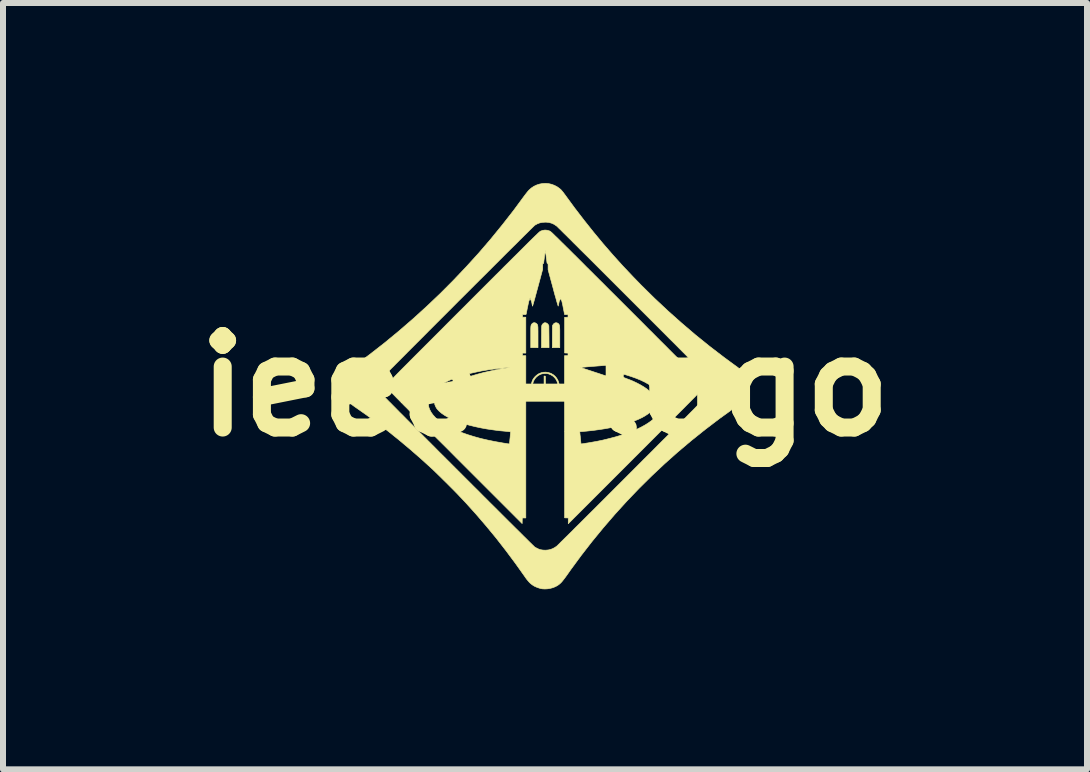
<source format=kicad_pcb>
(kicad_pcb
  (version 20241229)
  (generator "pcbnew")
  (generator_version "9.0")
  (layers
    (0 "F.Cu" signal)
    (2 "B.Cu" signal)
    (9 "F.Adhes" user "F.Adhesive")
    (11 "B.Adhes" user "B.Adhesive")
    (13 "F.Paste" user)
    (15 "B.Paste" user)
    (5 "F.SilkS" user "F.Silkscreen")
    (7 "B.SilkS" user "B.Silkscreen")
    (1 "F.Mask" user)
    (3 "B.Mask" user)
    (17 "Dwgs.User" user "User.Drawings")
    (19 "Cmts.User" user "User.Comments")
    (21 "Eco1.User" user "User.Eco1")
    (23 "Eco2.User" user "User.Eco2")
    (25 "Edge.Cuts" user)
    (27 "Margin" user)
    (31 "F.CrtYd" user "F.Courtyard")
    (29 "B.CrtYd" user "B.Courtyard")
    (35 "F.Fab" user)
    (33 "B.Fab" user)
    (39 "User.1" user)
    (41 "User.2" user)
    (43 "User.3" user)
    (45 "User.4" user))
  (footprint "ieee-logo"
    (layer "F.Cu")
    (at 6.031 3.384)
    (property "Reference" "ieee-logo" (at 0 0 0) (layer "F.SilkS") (effects (font (size 1.524 1.524) (thickness 0.3))))
    (attr through_hole)
    (fp_poly (pts (xy -0.005 -0.167) (xy 0.006 -0.166) (xy 0.007 -0.085) (xy 0.008 -0.004) (xy 0.039 -0.016) (xy 0.054 -0.021) (xy 0.066 -0.025) (xy 0.073 -0.027) (xy 0.074 -0.027) (xy 0.077 -0.024) (xy 0.08 -0.017) (xy 0.081 -0.011) (xy 0.081 -0.009) (xy 0.077 -0.007) (xy 0.067 -0.004) (xy 0.053 0.002) (xy 0.035 0.008) (xy 0.032 0.009) (xy -0.016 0.026) (xy -0.016 -0.169) (xy -0.005 -0.167)) (stroke (width 0.01) (type solid)) (fill yes) (layer "F.SilkS"))
    (fp_poly (pts (xy 0.012 -1.056) (xy 0.03 -1.049) (xy 0.045 -1.037) (xy 0.055 -1.024) (xy 0.064 -1.006) (xy 0.066 -0.824) (xy 0.067 -0.641) (xy -0.059 -0.641) (xy -0.059 -0.818) (xy -0.058 -0.868) (xy -0.058 -0.911) (xy -0.058 -0.946) (xy -0.057 -0.974) (xy -0.056 -0.994) (xy -0.055 -1.007) (xy -0.054 -1.01) (xy -0.047 -1.026) (xy -0.034 -1.041) (xy -0.019 -1.052) (xy -0.006 -1.057) (xy 0.012 -1.056)) (stroke (width 0.01) (type solid)) (fill yes) (layer "F.SilkS"))
    (fp_poly (pts (xy 0.199 -1.055) (xy 0.217 -1.046) (xy 0.221 -1.043) (xy 0.227 -1.038) (xy 0.231 -1.032) (xy 0.235 -1.026) (xy 0.238 -1.019) (xy 0.241 -1.009) (xy 0.243 -0.997) (xy 0.244 -0.981) (xy 0.245 -0.961) (xy 0.246 -0.935) (xy 0.246 -0.905) (xy 0.246 -0.867) (xy 0.246 -0.823) (xy 0.246 -0.641) (xy 0.121 -0.641) (xy 0.122 -0.824) (xy 0.123 -1.006) (xy 0.133 -1.024) (xy 0.146 -1.041) (xy 0.163 -1.052) (xy 0.181 -1.057) (xy 0.199 -1.055)) (stroke (width 0.01) (type solid)) (fill yes) (layer "F.SilkS"))
    (fp_poly (pts (xy -0.163 -1.055) (xy -0.145 -1.045) (xy -0.142 -1.042) (xy -0.136 -1.037) (xy -0.132 -1.033) (xy -0.128 -1.027) (xy -0.125 -1.021) (xy -0.122 -1.013) (xy -0.121 -1.003) (xy -0.119 -0.989) (xy -0.118 -0.971) (xy -0.118 -0.948) (xy -0.117 -0.92) (xy -0.117 -0.886) (xy -0.117 -0.846) (xy -0.117 -0.641) (xy -0.238 -0.641) (xy -0.238 -0.821) (xy -0.238 -0.865) (xy -0.238 -0.902) (xy -0.238 -0.933) (xy -0.238 -0.958) (xy -0.237 -0.978) (xy -0.236 -0.994) (xy -0.234 -1.006) (xy -0.232 -1.015) (xy -0.229 -1.023) (xy -0.226 -1.029) (xy -0.222 -1.034) (xy -0.217 -1.039) (xy -0.216 -1.04) (xy -0.2 -1.053) (xy -0.182 -1.058) (xy -0.163 -1.055)) (stroke (width 0.01) (type solid)) (fill yes) (layer "F.SilkS"))
    (fp_poly (pts (xy 0.059 -0.226) (xy 0.099 -0.213) (xy 0.136 -0.192) (xy 0.167 -0.166) (xy 0.194 -0.134) (xy 0.215 -0.097) (xy 0.225 -0.071) (xy 0.234 -0.036) (xy 0.237 0.003) (xy 0.233 0.041) (xy 0.225 0.071) (xy 0.208 0.112) (xy 0.184 0.147) (xy 0.156 0.177) (xy 0.123 0.201) (xy 0.085 0.218) (xy 0.044 0.229) (xy 0.012 0.233) (xy -0.017 0.233) (xy -0.044 0.229) (xy -0.047 0.229) (xy -0.086 0.216) (xy -0.122 0.196) (xy -0.155 0.17) (xy -0.16 0.164) (xy -0.185 0.137) (xy -0.203 0.108) (xy -0.217 0.077) (xy -0.223 0.056) (xy -0.229 0.015) (xy -0.229 -0.005) (xy -0.208 -0.005) (xy -0.206 0.033) (xy -0.197 0.07) (xy -0.181 0.104) (xy -0.176 0.112) (xy -0.151 0.144) (xy -0.122 0.171) (xy -0.089 0.191) (xy -0.054 0.205) (xy -0.047 0.207) (xy -0.03 0.209) (xy -0.008 0.211) (xy 0.015 0.21) (xy 0.037 0.209) (xy 0.055 0.206) (xy 0.059 0.205) (xy 0.094 0.191) (xy 0.127 0.17) (xy 0.157 0.145) (xy 0.18 0.116) (xy 0.19 0.099) (xy 0.206 0.062) (xy 0.214 0.025) (xy 0.215 -0.013) (xy 0.209 -0.05) (xy 0.197 -0.084) (xy 0.179 -0.117) (xy 0.156 -0.146) (xy 0.127 -0.171) (xy 0.093 -0.191) (xy 0.057 -0.205) (xy 0.033 -0.21) (xy 0.005 -0.211) (xy -0.024 -0.209) (xy -0.051 -0.205) (xy -0.073 -0.198) (xy -0.109 -0.18) (xy -0.141 -0.155) (xy -0.168 -0.124) (xy -0.176 -0.112) (xy -0.194 -0.078) (xy -0.204 -0.042) (xy -0.208 -0.005) (xy -0.229 -0.005) (xy -0.228 -0.026) (xy -0.22 -0.067) (xy -0.205 -0.107) (xy -0.202 -0.111) (xy -0.187 -0.134) (xy -0.166 -0.159) (xy -0.142 -0.181) (xy -0.117 -0.199) (xy -0.102 -0.208) (xy -0.063 -0.224) (xy -0.023 -0.232) (xy 0.016 -0.233) (xy 0.059 -0.226)) (stroke (width 0.01) (type solid)) (fill yes) (layer "F.SilkS"))
    (fp_poly (pts (xy 0.058 -3.375) (xy 0.107 -3.364) (xy 0.156 -3.346) (xy 0.202 -3.322) (xy 0.245 -3.291) (xy 0.263 -3.275) (xy 0.273 -3.265) (xy 0.286 -3.249) (xy 0.302 -3.23) (xy 0.319 -3.207) (xy 0.337 -3.183) (xy 0.342 -3.176) (xy 0.495 -2.967) (xy 0.65 -2.765) (xy 0.807 -2.568) (xy 0.966 -2.376) (xy 1.129 -2.188) (xy 1.296 -2.003) (xy 1.469 -1.82) (xy 1.606 -1.679) (xy 1.824 -1.464) (xy 2.047 -1.255) (xy 2.275 -1.052) (xy 2.507 -0.854) (xy 2.745 -0.662) (xy 2.989 -0.475) (xy 3.128 -0.373) (xy 3.165 -0.346) (xy 3.197 -0.323) (xy 3.223 -0.303) (xy 3.245 -0.285) (xy 3.263 -0.27) (xy 3.278 -0.256) (xy 3.291 -0.243) (xy 3.302 -0.23) (xy 3.311 -0.217) (xy 3.312 -0.217) (xy 3.34 -0.171) (xy 3.361 -0.123) (xy 3.374 -0.073) (xy 3.381 -0.019) (xy 3.381 0.01) (xy 3.378 0.062) (xy 3.368 0.111) (xy 3.352 0.157) (xy 3.328 0.202) (xy 3.32 0.215) (xy 3.309 0.231) (xy 3.296 0.247) (xy 3.282 0.263) (xy 3.264 0.279) (xy 3.244 0.296) (xy 3.219 0.316) (xy 3.19 0.338) (xy 3.154 0.363) (xy 3.141 0.372) (xy 2.902 0.544) (xy 2.667 0.723) (xy 2.437 0.907) (xy 2.211 1.098) (xy 1.991 1.294) (xy 1.776 1.496) (xy 1.566 1.704) (xy 1.362 1.917) (xy 1.164 2.135) (xy 0.971 2.359) (xy 0.784 2.587) (xy 0.603 2.82) (xy 0.428 3.058) (xy 0.369 3.142) (xy 0.341 3.181) (xy 0.316 3.214) (xy 0.294 3.242) (xy 0.274 3.266) (xy 0.254 3.286) (xy 0.235 3.302) (xy 0.216 3.316) (xy 0.195 3.329) (xy 0.172 3.34) (xy 0.165 3.344) (xy 0.126 3.359) (xy 0.084 3.37) (xy 0.04 3.377) (xy -0.004 3.379) (xy -0.044 3.377) (xy -0.051 3.376) (xy -0.08 3.37) (xy -0.112 3.36) (xy -0.144 3.348) (xy -0.173 3.335) (xy -0.192 3.324) (xy -0.216 3.308) (xy -0.239 3.29) (xy -0.261 3.269) (xy -0.283 3.244) (xy -0.307 3.215) (xy -0.333 3.179) (xy -0.34 3.168) (xy -0.496 2.949) (xy -0.654 2.737) (xy -0.815 2.53) (xy -0.981 2.329) (xy -1.151 2.131) (xy -1.326 1.937) (xy -1.419 1.839) (xy -1.449 1.807) (xy -1.483 1.772) (xy -1.521 1.733) (xy -1.562 1.692) (xy -1.605 1.649) (xy -1.649 1.605) (xy -1.693 1.562) (xy -1.736 1.519) (xy -1.778 1.478) (xy -1.817 1.44) (xy -1.853 1.405) (xy -1.885 1.375) (xy -1.899 1.362) (xy -2.072 1.205) (xy -2.249 1.051) (xy -2.428 0.901) (xy -2.609 0.755) (xy -2.792 0.615) (xy -2.974 0.481) (xy -3.155 0.354) (xy -3.167 0.346) (xy -3.212 0.313) (xy -3.25 0.282) (xy -3.282 0.25) (xy -3.309 0.218) (xy -3.33 0.184) (xy -3.348 0.147) (xy -3.362 0.107) (xy -3.365 0.095) (xy -3.37 0.071) (xy -3.373 0.042) (xy -3.374 0.009) (xy -3.374 0) (xy -2.729 0) (xy -2.727 0.045) (xy -2.719 0.086) (xy -2.705 0.125) (xy -2.684 0.162) (xy -2.671 0.182) (xy -2.667 0.186) (xy -2.657 0.196) (xy -2.643 0.211) (xy -2.624 0.23) (xy -2.6 0.255) (xy -2.571 0.283) (xy -2.539 0.316) (xy -2.502 0.353) (xy -2.462 0.394) (xy -2.418 0.439) (xy -2.37 0.486) (xy -2.32 0.537) (xy -2.266 0.591) (xy -2.21 0.647) (xy -2.151 0.706) (xy -2.09 0.768) (xy -2.027 0.831) (xy -1.962 0.896) (xy -1.895 0.963) (xy -1.827 1.031) (xy -1.758 1.101) (xy -1.687 1.171) (xy -1.616 1.242) (xy -1.544 1.314) (xy -1.472 1.386) (xy -1.4 1.458) (xy -1.328 1.53) (xy -1.256 1.602) (xy -1.184 1.674) (xy -1.113 1.744) (xy -1.044 1.814) (xy -0.975 1.883) (xy -0.908 1.95) (xy -0.842 2.015) (xy -0.778 2.079) (xy -0.716 2.141) (xy -0.656 2.201) (xy -0.599 2.258) (xy -0.544 2.312) (xy -0.492 2.364) (xy -0.443 2.412) (xy -0.398 2.457) (xy -0.356 2.499) (xy -0.317 2.537) (xy -0.283 2.571) (xy -0.253 2.601) (xy -0.227 2.626) (xy -0.206 2.647) (xy -0.189 2.663) (xy -0.178 2.674) (xy -0.172 2.68) (xy -0.171 2.681) (xy -0.153 2.691) (xy -0.131 2.702) (xy -0.109 2.713) (xy -0.088 2.721) (xy -0.079 2.724) (xy -0.036 2.731) (xy 0.008 2.733) (xy 0.054 2.729) (xy 0.082 2.723) (xy 0.121 2.71) (xy 0.16 2.69) (xy 0.191 2.669) (xy 0.196 2.665) (xy 0.206 2.656) (xy 0.221 2.641) (xy 0.241 2.622) (xy 0.265 2.597) (xy 0.295 2.568) (xy 0.328 2.535) (xy 0.367 2.497) (xy 0.409 2.455) (xy 0.455 2.41) (xy 0.504 2.36) (xy 0.558 2.307) (xy 0.614 2.251) (xy 0.674 2.191) (xy 0.737 2.128) (xy 0.803 2.063) (xy 0.871 1.995) (xy 0.942 1.924) (xy 1.015 1.851) (xy 1.09 1.776) (xy 1.167 1.699) (xy 1.246 1.62) (xy 1.326 1.54) (xy 1.408 1.458) (xy 1.444 1.422) (xy 1.544 1.322) (xy 1.637 1.228) (xy 1.726 1.14) (xy 1.81 1.056) (xy 1.888 0.977) (xy 1.962 0.903) (xy 2.032 0.834) (xy 2.096 0.769) (xy 2.157 0.708) (xy 2.213 0.652) (xy 2.266 0.599) (xy 2.314 0.551) (xy 2.359 0.506) (xy 2.4 0.464) (xy 2.438 0.426) (xy 2.473 0.391) (xy 2.504 0.359) (xy 2.533 0.329) (xy 2.559 0.303) (xy 2.582 0.279) (xy 2.602 0.257) (xy 2.621 0.238) (xy 2.637 0.221) (xy 2.651 0.206) (xy 2.663 0.192) (xy 2.673 0.18) (xy 2.682 0.17) (xy 2.69 0.161) (xy 2.696 0.153) (xy 2.701 0.146) (xy 2.705 0.14) (xy 2.708 0.134) (xy 2.711 0.129) (xy 2.713 0.125) (xy 2.714 0.12) (xy 2.716 0.116) (xy 2.717 0.112) (xy 2.718 0.107) (xy 2.72 0.102) (xy 2.721 0.098) (xy 2.726 0.085) (xy 2.729 0.075) (xy 2.731 0.064) (xy 2.732 0.053) (xy 2.733 0.038) (xy 2.733 0.018) (xy 2.733 0) (xy 2.733 -0.024) (xy 2.733 -0.042) (xy 2.732 -0.056) (xy 2.731 -0.067) (xy 2.728 -0.078) (xy 2.725 -0.089) (xy 2.721 -0.098) (xy 2.719 -0.104) (xy 2.718 -0.109) (xy 2.717 -0.113) (xy 2.715 -0.118) (xy 2.714 -0.122) (xy 2.712 -0.127) (xy 2.71 -0.131) (xy 2.707 -0.136) (xy 2.703 -0.142) (xy 2.699 -0.149) (xy 2.694 -0.156) (xy 2.687 -0.164) (xy 2.679 -0.174) (xy 2.67 -0.185) (xy 2.658 -0.197) (xy 2.646 -0.212) (xy 2.631 -0.228) (xy 2.614 -0.246) (xy 2.595 -0.266) (xy 2.573 -0.288) (xy 2.549 -0.313) (xy 2.522 -0.341) (xy 2.492 -0.371) (xy 2.459 -0.404) (xy 2.424 -0.44) (xy 2.384 -0.48) (xy 2.342 -0.523) (xy 2.296 -0.569) (xy 2.245 -0.62) (xy 2.192 -0.674) (xy 2.134 -0.732) (xy 2.071 -0.794) (xy 2.005 -0.861) (xy 1.934 -0.932) (xy 1.858 -1.008) (xy 1.777 -1.089) (xy 1.692 -1.174) (xy 1.601 -1.265) (xy 1.505 -1.361) (xy 1.444 -1.422) (xy 1.362 -1.504) (xy 1.281 -1.585) (xy 1.202 -1.664) (xy 1.124 -1.742) (xy 1.048 -1.818) (xy 0.974 -1.892) (xy 0.902 -1.964) (xy 0.833 -2.033) (xy 0.766 -2.1) (xy 0.702 -2.164) (xy 0.64 -2.225) (xy 0.582 -2.282) (xy 0.528 -2.337) (xy 0.476 -2.388) (xy 0.429 -2.436) (xy 0.385 -2.479) (xy 0.345 -2.519) (xy 0.309 -2.554) (xy 0.278 -2.585) (xy 0.251 -2.612) (xy 0.229 -2.633) (xy 0.212 -2.65) (xy 0.2 -2.662) (xy 0.193 -2.668) (xy 0.191 -2.669) (xy 0.152 -2.696) (xy 0.11 -2.715) (xy 0.066 -2.727) (xy 0.019 -2.732) (xy 0.004 -2.732) (xy -0.044 -2.729) (xy -0.089 -2.72) (xy -0.132 -2.703) (xy -0.171 -2.681) (xy -0.175 -2.677) (xy -0.184 -2.668) (xy -0.199 -2.654) (xy -0.218 -2.635) (xy -0.243 -2.611) (xy -0.271 -2.583) (xy -0.304 -2.55) (xy -0.341 -2.514) (xy -0.381 -2.474) (xy -0.426 -2.43) (xy -0.473 -2.382) (xy -0.524 -2.332) (xy -0.578 -2.279) (xy -0.634 -2.223) (xy -0.693 -2.164) (xy -0.754 -2.103) (xy -0.817 -2.04) (xy -0.882 -1.975) (xy -0.949 -1.908) (xy -1.017 -1.84) (xy -1.087 -1.771) (xy -1.157 -1.701) (xy -1.228 -1.63) (xy -1.3 -1.558) (xy -1.372 -1.486) (xy -1.445 -1.414) (xy -1.517 -1.341) (xy -1.589 -1.269) (xy -1.66 -1.198) (xy -1.731 -1.127) (xy -1.801 -1.057) (xy -1.869 -0.989) (xy -1.937 -0.921) (xy -2.002 -0.855) (xy -2.066 -0.791) (xy -2.128 -0.729) (xy -2.188 -0.669) (xy -2.245 -0.612) (xy -2.3 -0.557) (xy -2.351 -0.505) (xy -2.4 -0.456) (xy -2.445 -0.411) (xy -2.487 -0.369) (xy -2.525 -0.33) (xy -2.56 -0.296) (xy -2.59 -0.265) (xy -2.615 -0.239) (xy -2.636 -0.218) (xy -2.653 -0.201) (xy -2.664 -0.189) (xy -2.67 -0.183) (xy -2.671 -0.182) (xy -2.695 -0.144) (xy -2.712 -0.106) (xy -2.723 -0.066) (xy -2.728 -0.024) (xy -2.729 0) (xy -3.374 0) (xy -3.374 -0.024) (xy -3.372 -0.055) (xy -3.368 -0.082) (xy -3.365 -0.091) (xy -3.347 -0.145) (xy -3.322 -0.193) (xy -3.292 -0.237) (xy -3.267 -0.265) (xy -3.255 -0.275) (xy -3.239 -0.289) (xy -3.219 -0.305) (xy -3.198 -0.322) (xy -3.175 -0.339) (xy -3.171 -0.342) (xy -2.921 -0.528) (xy -2.675 -0.72) (xy -2.435 -0.918) (xy -2.2 -1.121) (xy -1.97 -1.33) (xy -1.745 -1.544) (xy -1.527 -1.763) (xy -1.314 -1.987) (xy -1.106 -2.216) (xy -0.905 -2.45) (xy -0.711 -2.688) (xy -0.522 -2.93) (xy -0.36 -3.15) (xy -0.342 -3.174) (xy -0.324 -3.198) (xy -0.306 -3.221) (xy -0.291 -3.24) (xy -0.278 -3.255) (xy -0.27 -3.264) (xy -0.23 -3.3) (xy -0.187 -3.329) (xy -0.141 -3.351) (xy -0.092 -3.367) (xy -0.043 -3.376) (xy 0.008 -3.379) (xy 0.058 -3.375)) (stroke (width 0.01) (type solid)) (fill yes) (layer "F.SilkS"))
    (fp_poly (pts (xy 0.035 -2.598) (xy 0.07 -2.588) (xy 0.083 -2.582) (xy 0.085 -2.581) (xy 0.088 -2.579) (xy 0.092 -2.576) (xy 0.097 -2.572) (xy 0.103 -2.567) (xy 0.11 -2.561) (xy 0.119 -2.553) (xy 0.129 -2.543) (xy 0.141 -2.532) (xy 0.154 -2.519) (xy 0.17 -2.503) (xy 0.188 -2.486) (xy 0.209 -2.466) (xy 0.232 -2.443) (xy 0.257 -2.418) (xy 0.285 -2.39) (xy 0.317 -2.359) (xy 0.351 -2.325) (xy 0.389 -2.288) (xy 0.43 -2.247) (xy 0.474 -2.203) (xy 0.523 -2.155) (xy 0.575 -2.103) (xy 0.631 -2.047) (xy 0.691 -1.986) (xy 0.756 -1.922) (xy 0.825 -1.853) (xy 0.899 -1.779) (xy 0.978 -1.701) (xy 1.061 -1.617) (xy 1.15 -1.529) (xy 1.244 -1.435) (xy 1.33 -1.349) (xy 1.412 -1.267) (xy 1.493 -1.186) (xy 1.572 -1.107) (xy 1.65 -1.029) (xy 1.725 -0.953) (xy 1.799 -0.88) (xy 1.87 -0.808) (xy 1.939 -0.739) (xy 2.006 -0.673) (xy 2.069 -0.609) (xy 2.13 -0.548) (xy 2.188 -0.49) (xy 2.242 -0.436) (xy 2.292 -0.385) (xy 2.34 -0.337) (xy 2.383 -0.294) (xy 2.422 -0.254) (xy 2.457 -0.219) (xy 2.488 -0.188) (xy 2.514 -0.162) (xy 2.535 -0.14) (xy 2.551 -0.124) (xy 2.563 -0.112) (xy 2.569 -0.106) (xy 2.569 -0.105) (xy 2.588 -0.074) (xy 2.599 -0.04) (xy 2.604 -0.006) (xy 2.602 0.029) (xy 2.592 0.063) (xy 2.576 0.095) (xy 2.569 0.105) (xy 2.565 0.109) (xy 2.556 0.119) (xy 2.542 0.133) (xy 2.522 0.153) (xy 2.498 0.178) (xy 2.469 0.207) (xy 2.436 0.24) (xy 2.399 0.278) (xy 2.358 0.319) (xy 2.313 0.365) (xy 2.264 0.414) (xy 2.212 0.466) (xy 2.156 0.522) (xy 2.098 0.581) (xy 2.036 0.642) (xy 1.972 0.706) (xy 1.906 0.773) (xy 1.837 0.842) (xy 1.766 0.913) (xy 1.694 0.985) (xy 1.619 1.06) (xy 1.543 1.136) (xy 1.47 1.209) (xy 0.387 2.292) (xy 0.387 2.196) (xy 0.357 2.195) (xy 0.326 2.194) (xy 0.325 0.843) (xy 0.325 0.759) (xy 0.578 0.759) (xy 0.58 0.773) (xy 0.581 0.781) (xy 0.582 0.796) (xy 0.584 0.815) (xy 0.587 0.838) (xy 0.589 0.864) (xy 0.591 0.875) (xy 0.599 0.962) (xy 0.623 0.96) (xy 0.634 0.958) (xy 0.651 0.956) (xy 0.672 0.952) (xy 0.698 0.948) (xy 0.725 0.944) (xy 0.741 0.941) (xy 0.856 0.921) (xy 0.967 0.898) (xy 1.073 0.872) (xy 1.175 0.845) (xy 1.272 0.816) (xy 1.363 0.785) (xy 1.449 0.752) (xy 1.529 0.718) (xy 1.603 0.682) (xy 1.67 0.645) (xy 1.731 0.606) (xy 1.784 0.567) (xy 1.83 0.526) (xy 1.831 0.525) (xy 1.869 0.484) (xy 1.899 0.443) (xy 1.923 0.402) (xy 1.939 0.361) (xy 1.948 0.318) (xy 1.95 0.282) (xy 1.948 0.246) (xy 1.942 0.214) (xy 1.931 0.182) (xy 1.922 0.162) (xy 1.897 0.12) (xy 1.864 0.079) (xy 1.824 0.04) (xy 1.777 0.002) (xy 1.722 -0.034) (xy 1.661 -0.068) (xy 1.592 -0.101) (xy 1.516 -0.132) (xy 1.434 -0.161) (xy 1.345 -0.189) (xy 1.249 -0.214) (xy 1.223 -0.22) (xy 1.151 -0.237) (xy 1.133 -0.295) (xy 1.127 -0.315) (xy 1.121 -0.332) (xy 1.116 -0.345) (xy 1.114 -0.352) (xy 1.113 -0.354) (xy 1.109 -0.354) (xy 1.098 -0.353) (xy 1.081 -0.352) (xy 1.058 -0.35) (xy 1.03 -0.348) (xy 0.999 -0.346) (xy 0.965 -0.343) (xy 0.928 -0.34) (xy 0.89 -0.337) (xy 0.851 -0.334) (xy 0.812 -0.331) (xy 0.774 -0.328) (xy 0.737 -0.325) (xy 0.703 -0.322) (xy 0.672 -0.319) (xy 0.645 -0.317) (xy 0.623 -0.315) (xy 0.606 -0.313) (xy 0.595 -0.312) (xy 0.592 -0.311) (xy 0.595 -0.31) (xy 0.605 -0.307) (xy 0.621 -0.301) (xy 0.643 -0.294) (xy 0.669 -0.285) (xy 0.7 -0.275) (xy 0.733 -0.264) (xy 0.77 -0.252) (xy 0.809 -0.239) (xy 0.848 -0.226) (xy 0.889 -0.213) (xy 0.93 -0.199) (xy 0.969 -0.186) (xy 1.008 -0.174) (xy 1.045 -0.162) (xy 1.078 -0.151) (xy 1.109 -0.141) (xy 1.135 -0.133) (xy 1.157 -0.126) (xy 1.173 -0.121) (xy 1.183 -0.118) (xy 1.187 -0.117) (xy 1.188 -0.121) (xy 1.186 -0.131) (xy 1.181 -0.149) (xy 1.18 -0.151) (xy 1.175 -0.166) (xy 1.172 -0.178) (xy 1.17 -0.185) (xy 1.17 -0.187) (xy 1.175 -0.187) (xy 1.186 -0.184) (xy 1.203 -0.18) (xy 1.224 -0.173) (xy 1.249 -0.165) (xy 1.277 -0.155) (xy 1.307 -0.145) (xy 1.338 -0.134) (xy 1.368 -0.122) (xy 1.398 -0.111) (xy 1.426 -0.1) (xy 1.452 -0.089) (xy 1.465 -0.084) (xy 1.53 -0.053) (xy 1.589 -0.022) (xy 1.643 0.01) (xy 1.692 0.043) (xy 1.734 0.077) (xy 1.77 0.111) (xy 1.799 0.146) (xy 1.822 0.18) (xy 1.838 0.214) (xy 1.846 0.247) (xy 1.847 0.279) (xy 1.845 0.297) (xy 1.834 0.331) (xy 1.815 0.365) (xy 1.788 0.399) (xy 1.755 0.432) (xy 1.715 0.463) (xy 1.668 0.494) (xy 1.615 0.524) (xy 1.556 0.552) (xy 1.491 0.579) (xy 1.421 0.605) (xy 1.345 0.63) (xy 1.264 0.652) (xy 1.178 0.673) (xy 1.087 0.693) (xy 0.993 0.71) (xy 0.894 0.725) (xy 0.791 0.739) (xy 0.742 0.744) (xy 0.714 0.747) (xy 0.686 0.75) (xy 0.659 0.752) (xy 0.636 0.755) (xy 0.619 0.756) (xy 0.614 0.756) (xy 0.578 0.759) (xy 0.325 0.759) (xy 0.324 -0.508) (xy 0.383 -0.508) (xy 0.383 -0.551) (xy 0.355 -0.552) (xy 0.326 -0.553) (xy 0.326 -1.147) (xy 0.355 -1.148) (xy 0.383 -1.149) (xy 0.383 -1.192) (xy 0.326 -1.192) (xy 0.303 -1.308) (xy 0.296 -1.345) (xy 0.289 -1.375) (xy 0.284 -1.398) (xy 0.28 -1.415) (xy 0.276 -1.425) (xy 0.274 -1.431) (xy 0.273 -1.431) (xy 0.269 -1.439) (xy 0.265 -1.451) (xy 0.264 -1.458) (xy 0.261 -1.469) (xy 0.259 -1.473) (xy 0.256 -1.469) (xy 0.254 -1.457) (xy 0.252 -1.449) (xy 0.25 -1.437) (xy 0.246 -1.431) (xy 0.244 -1.43) (xy 0.241 -1.426) (xy 0.237 -1.415) (xy 0.233 -1.396) (xy 0.231 -1.384) (xy 0.227 -1.366) (xy 0.223 -1.35) (xy 0.221 -1.339) (xy 0.219 -1.334) (xy 0.218 -1.337) (xy 0.215 -1.346) (xy 0.21 -1.363) (xy 0.203 -1.385) (xy 0.195 -1.413) (xy 0.186 -1.445) (xy 0.176 -1.482) (xy 0.164 -1.522) (xy 0.152 -1.566) (xy 0.14 -1.612) (xy 0.134 -1.635) (xy 0.051 -1.94) (xy 0.051 -1.992) (xy 0.051 -2.013) (xy 0.05 -2.027) (xy 0.05 -2.036) (xy 0.048 -2.041) (xy 0.046 -2.043) (xy 0.043 -2.044) (xy 0.036 -2.047) (xy 0.034 -2.051) (xy 0.033 -2.056) (xy 0.031 -2.068) (xy 0.029 -2.086) (xy 0.026 -2.108) (xy 0.022 -2.134) (xy 0.019 -2.16) (xy 0.016 -2.187) (xy 0.012 -2.212) (xy 0.01 -2.232) (xy 0.007 -2.248) (xy 0.006 -2.258) (xy 0.005 -2.261) (xy 0.004 -2.257) (xy 0.003 -2.247) (xy 0.001 -2.231) (xy -0.002 -2.211) (xy -0.005 -2.188) (xy -0.009 -2.164) (xy -0.012 -2.139) (xy -0.015 -2.114) (xy -0.018 -2.092) (xy -0.02 -2.073) (xy -0.022 -2.058) (xy -0.023 -2.049) (xy -0.023 -2.047) (xy -0.027 -2.044) (xy -0.031 -2.044) (xy -0.035 -2.043) (xy -0.037 -2.041) (xy -0.038 -2.036) (xy -0.039 -2.026) (xy -0.039 -2.011) (xy -0.039 -1.996) (xy -0.039 -1.948) (xy -0.122 -1.64) (xy -0.135 -1.593) (xy -0.147 -1.548) (xy -0.159 -1.505) (xy -0.169 -1.466) (xy -0.179 -1.431) (xy -0.188 -1.4) (xy -0.195 -1.375) (xy -0.201 -1.355) (xy -0.205 -1.341) (xy -0.207 -1.333) (xy -0.207 -1.333) (xy -0.209 -1.336) (xy -0.211 -1.346) (xy -0.215 -1.36) (xy -0.218 -1.378) (xy -0.218 -1.379) (xy -0.223 -1.402) (xy -0.228 -1.418) (xy -0.232 -1.428) (xy -0.235 -1.432) (xy -0.241 -1.44) (xy -0.243 -1.449) (xy -0.244 -1.461) (xy -0.246 -1.469) (xy -0.248 -1.473) (xy -0.249 -1.472) (xy -0.252 -1.465) (xy -0.254 -1.455) (xy -0.257 -1.442) (xy -0.261 -1.433) (xy -0.264 -1.43) (xy -0.266 -1.426) (xy -0.27 -1.415) (xy -0.274 -1.396) (xy -0.28 -1.37) (xy -0.287 -1.336) (xy -0.291 -1.318) (xy -0.297 -1.289) (xy -0.302 -1.262) (xy -0.307 -1.239) (xy -0.31 -1.22) (xy -0.313 -1.207) (xy -0.315 -1.199) (xy -0.315 -1.199) (xy -0.317 -1.195) (xy -0.323 -1.193) (xy -0.333 -1.192) (xy -0.346 -1.192) (xy -0.375 -1.192) (xy -0.375 -1.149) (xy -0.32 -1.149) (xy -0.32 -0.551) (xy -0.375 -0.551) (xy -0.375 -0.508) (xy -0.32 -0.508) (xy -0.32 2.196) (xy -0.379 2.196) (xy -0.38 2.243) (xy -0.381 2.29) (xy -1.476 1.195) (xy -1.568 1.102) (xy -1.655 1.015) (xy -1.737 0.933) (xy -1.815 0.856) (xy -1.887 0.783) (xy -1.954 0.716) (xy -2.017 0.653) (xy -2.075 0.594) (xy -2.13 0.54) (xy -2.18 0.49) (xy -2.226 0.443) (xy -2.269 0.4) (xy -2.307 0.361) (xy -2.343 0.326) (xy -2.375 0.293) (xy -2.399 0.269) (xy -1.944 0.269) (xy -1.943 0.296) (xy -1.941 0.322) (xy -1.937 0.344) (xy -1.937 0.348) (xy -1.92 0.393) (xy -1.896 0.438) (xy -1.864 0.482) (xy -1.825 0.525) (xy -1.777 0.566) (xy -1.722 0.607) (xy -1.66 0.647) (xy -1.589 0.685) (xy -1.569 0.695) (xy -1.483 0.735) (xy -1.39 0.772) (xy -1.291 0.807) (xy -1.185 0.84) (xy -1.074 0.871) (xy -0.957 0.898) (xy -0.835 0.923) (xy -0.711 0.945) (xy -0.688 0.949) (xy -0.666 0.952) (xy -0.648 0.955) (xy -0.636 0.957) (xy -0.629 0.959) (xy -0.619 0.96) (xy -0.608 0.961) (xy -0.599 0.961) (xy -0.594 0.961) (xy -0.594 0.96) (xy -0.593 0.955) (xy -0.591 0.943) (xy -0.589 0.927) (xy -0.587 0.906) (xy -0.585 0.883) (xy -0.582 0.859) (xy -0.58 0.835) (xy -0.578 0.813) (xy -0.576 0.793) (xy -0.575 0.777) (xy -0.574 0.766) (xy -0.574 0.761) (xy -0.574 0.761) (xy -0.579 0.76) (xy -0.59 0.759) (xy -0.606 0.757) (xy -0.626 0.755) (xy -0.65 0.753) (xy -0.653 0.752) (xy -0.762 0.742) (xy -0.868 0.728) (xy -0.971 0.713) (xy -1.069 0.695) (xy -1.163 0.675) (xy -1.253 0.653) (xy -1.338 0.63) (xy -1.417 0.604) (xy -1.49 0.577) (xy -1.558 0.548) (xy -1.619 0.518) (xy -1.674 0.486) (xy -1.722 0.453) (xy -1.762 0.419) (xy -1.769 0.412) (xy -1.786 0.394) (xy -1.799 0.379) (xy -1.809 0.365) (xy -1.818 0.349) (xy -1.821 0.343) (xy -1.829 0.325) (xy -1.835 0.311) (xy -1.838 0.298) (xy -1.839 0.282) (xy -1.84 0.277) (xy -1.84 0.258) (xy -1.839 0.242) (xy -1.835 0.225) (xy -1.833 0.218) (xy -1.817 0.182) (xy -1.794 0.146) (xy -1.763 0.11) (xy -1.726 0.075) (xy -1.682 0.04) (xy -1.631 0.006) (xy -1.574 -0.027) (xy -1.51 -0.059) (xy -1.441 -0.09) (xy -1.367 -0.121) (xy -1.287 -0.149) (xy -1.202 -0.177) (xy -1.112 -0.203) (xy -1.018 -0.228) (xy -0.919 -0.25) (xy -0.816 -0.272) (xy -0.71 -0.291) (xy -0.681 -0.295) (xy -0.655 -0.3) (xy -0.633 -0.303) (xy -0.614 -0.307) (xy -0.6 -0.309) (xy -0.593 -0.311) (xy -0.591 -0.311) (xy -0.596 -0.311) (xy -0.607 -0.311) (xy -0.623 -0.31) (xy -0.645 -0.308) (xy -0.67 -0.305) (xy -0.697 -0.303) (xy -0.727 -0.3) (xy -0.756 -0.297) (xy -0.786 -0.293) (xy -0.813 -0.29) (xy -0.838 -0.287) (xy -0.84 -0.287) (xy -0.949 -0.272) (xy -1.055 -0.254) (xy -1.157 -0.233) (xy -1.255 -0.211) (xy -1.348 -0.186) (xy -1.435 -0.159) (xy -1.515 -0.13) (xy -1.53 -0.125) (xy -1.558 -0.113) (xy -1.59 -0.099) (xy -1.623 -0.083) (xy -1.656 -0.066) (xy -1.687 -0.05) (xy -1.715 -0.034) (xy -1.737 -0.02) (xy -1.739 -0.019) (xy -1.791 0.018) (xy -1.836 0.057) (xy -1.874 0.098) (xy -1.903 0.139) (xy -1.925 0.182) (xy -1.939 0.223) (xy -1.942 0.243) (xy -1.944 0.269) (xy -2.399 0.269) (xy -2.404 0.264) (xy -2.43 0.237) (xy -2.454 0.213) (xy -2.475 0.192) (xy -2.493 0.173) (xy -2.509 0.157) (xy -2.523 0.142) (xy -2.535 0.13) (xy -2.545 0.119) (xy -2.553 0.11) (xy -2.56 0.102) (xy -2.566 0.096) (xy -2.57 0.09) (xy -2.574 0.086) (xy -2.576 0.082) (xy -2.578 0.079) (xy -2.58 0.077) (xy -2.581 0.075) (xy -2.593 0.039) (xy -2.598 0.004) (xy -2.595 -0.031) (xy -2.584 -0.066) (xy -2.579 -0.077) (xy -2.578 -0.079) (xy -2.577 -0.082) (xy -2.575 -0.085) (xy -2.572 -0.089) (xy -2.569 -0.093) (xy -2.564 -0.098) (xy -2.559 -0.105) (xy -2.552 -0.112) (xy -2.544 -0.121) (xy -2.534 -0.131) (xy -2.522 -0.143) (xy -2.509 -0.157) (xy -2.494 -0.173) (xy -2.476 -0.191) (xy -2.456 -0.212) (xy -2.434 -0.234) (xy -2.409 -0.26) (xy -2.381 -0.288) (xy -2.35 -0.319) (xy -2.316 -0.353) (xy -2.279 -0.39) (xy -2.239 -0.431) (xy -2.195 -0.475) (xy -2.147 -0.523) (xy -2.095 -0.575) (xy -2.04 -0.63) (xy -1.98 -0.69) (xy -1.916 -0.754) (xy -1.847 -0.823) (xy -1.774 -0.896) (xy -1.696 -0.974) (xy -1.614 -1.057) (xy -1.526 -1.145) (xy -1.433 -1.238) (xy -1.334 -1.336) (xy -1.333 -1.337) (xy -1.235 -1.436) (xy -1.142 -1.529) (xy -1.054 -1.617) (xy -0.971 -1.7) (xy -0.893 -1.778) (xy -0.82 -1.851) (xy -0.751 -1.919) (xy -0.687 -1.984) (xy -0.627 -2.043) (xy -0.571 -2.099) (xy -0.519 -2.151) (xy -0.471 -2.198) (xy -0.427 -2.242) (xy -0.386 -2.283) (xy -0.349 -2.32) (xy -0.315 -2.354) (xy -0.284 -2.385) (xy -0.256 -2.413) (xy -0.23 -2.438) (xy -0.208 -2.46) (xy -0.187 -2.48) (xy -0.169 -2.498) (xy -0.153 -2.513) (xy -0.139 -2.526) (xy -0.127 -2.538) (xy -0.117 -2.548) (xy -0.108 -2.556) (xy -0.1 -2.563) (xy -0.094 -2.568) (xy -0.089 -2.573) (xy -0.085 -2.576) (xy -0.081 -2.579) (xy -0.078 -2.581) (xy -0.076 -2.582) (xy -0.074 -2.583) (xy -0.037 -2.596) (xy -0.001 -2.601) (xy 0.035 -2.598)) (stroke (width 0.01) (type solid)) (fill yes) (layer "F.SilkS")))
  (gr_rect
    (start -3 -3)
    (end 15.061 9.768)
    (stroke (width 0.1) (type default))
    (fill no)
    (layer "Edge.Cuts")))
</source>
